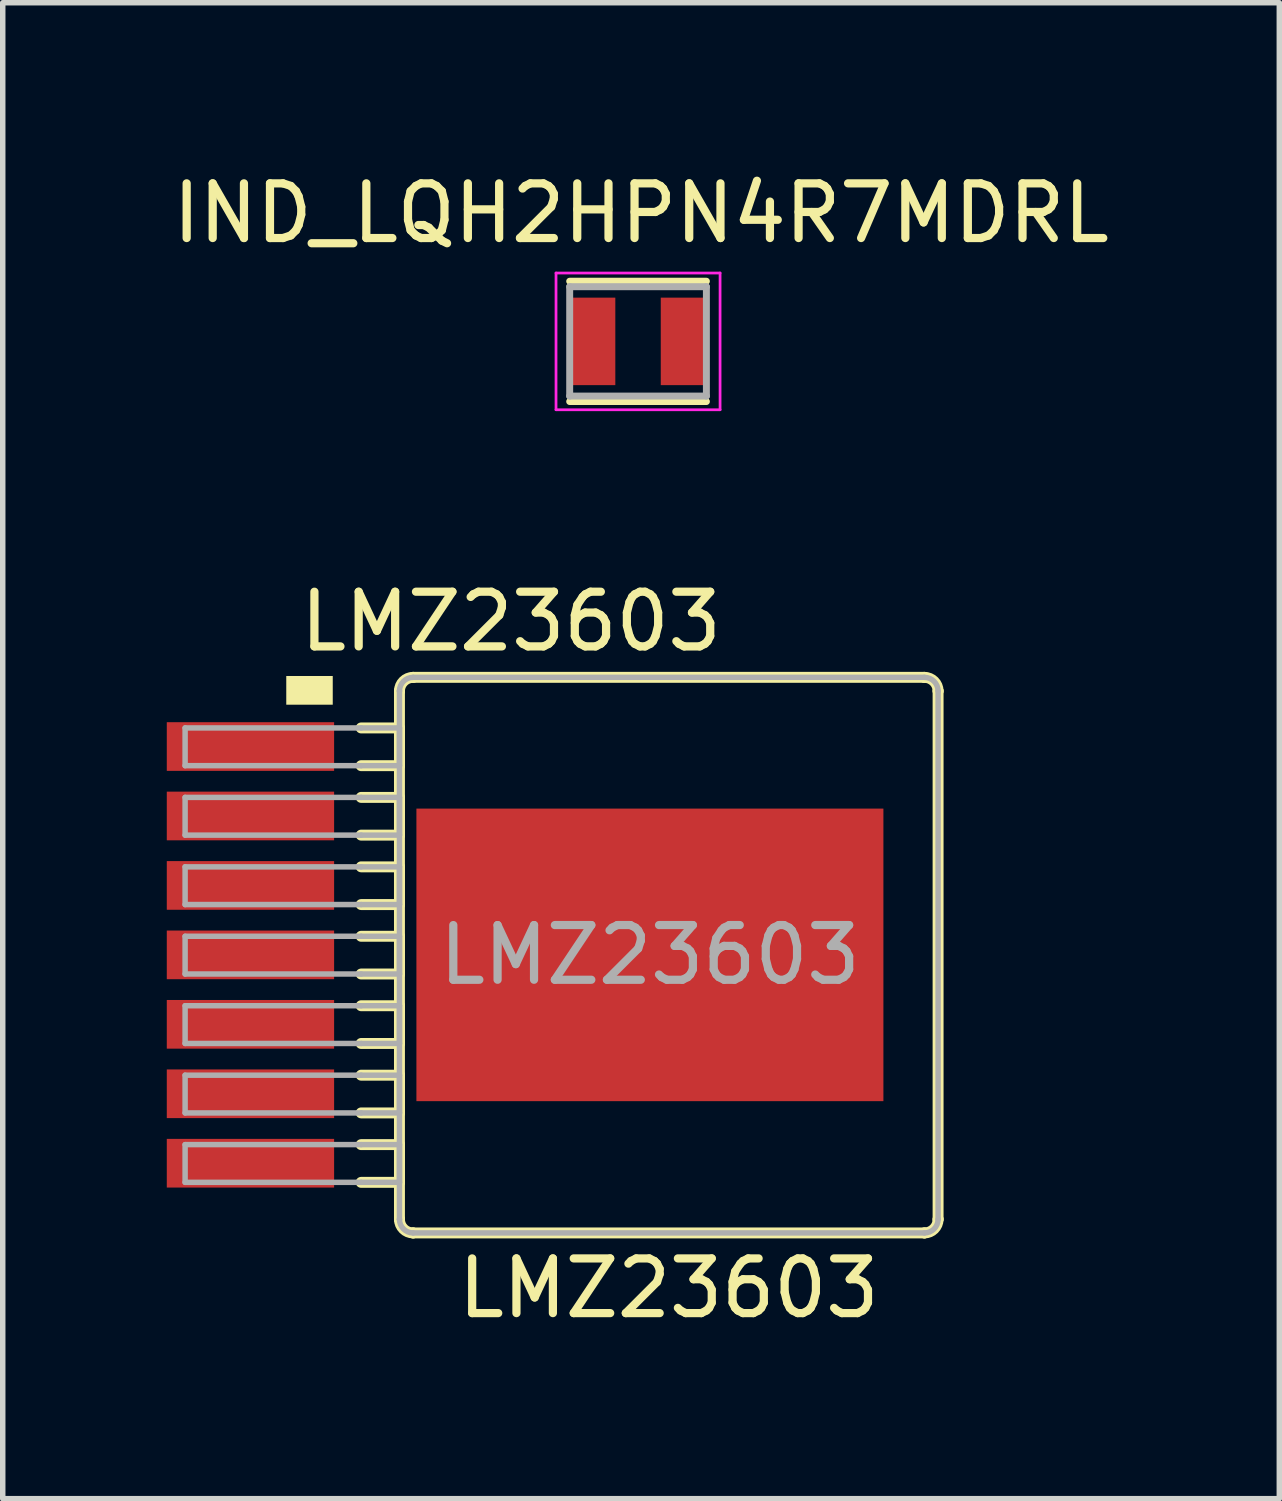
<source format=kicad_pcb>
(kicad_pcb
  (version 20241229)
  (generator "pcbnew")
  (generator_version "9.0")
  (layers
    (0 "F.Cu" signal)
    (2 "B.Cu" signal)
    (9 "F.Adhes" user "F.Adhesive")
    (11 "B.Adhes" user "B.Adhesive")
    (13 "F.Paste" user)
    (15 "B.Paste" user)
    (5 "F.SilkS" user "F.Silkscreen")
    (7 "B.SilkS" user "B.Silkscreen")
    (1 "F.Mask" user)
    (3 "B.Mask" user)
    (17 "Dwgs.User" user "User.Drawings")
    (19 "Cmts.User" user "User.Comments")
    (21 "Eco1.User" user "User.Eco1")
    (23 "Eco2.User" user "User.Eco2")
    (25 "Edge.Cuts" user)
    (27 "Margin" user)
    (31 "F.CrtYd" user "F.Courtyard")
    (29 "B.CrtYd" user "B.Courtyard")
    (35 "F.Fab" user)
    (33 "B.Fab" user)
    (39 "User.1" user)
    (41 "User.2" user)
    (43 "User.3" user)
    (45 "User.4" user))
  (footprint "LMZ23603"
    (layer "F.Cu")
    (at 8.835 14.412)
    (property "Reference" "LMZ23603" (at -2.54 -6.096 0) (unlocked yes) (layer "F.SilkS") (effects (font (size 1 1) (thickness 0.15))))
    (attr smd)
    (fp_line (start -5.28 -4.15) (end -4.58 -4.15) (stroke (width 0.2) (type solid)) (layer "F.SilkS"))
    (fp_line (start -5.28 -3.46) (end -4.58 -3.46) (stroke (width 0.2) (type solid)) (layer "F.SilkS"))
    (fp_line (start -5.28 -2.88) (end -4.58 -2.88) (stroke (width 0.2) (type solid)) (layer "F.SilkS"))
    (fp_line (start -5.28 -2.19) (end -4.58 -2.19) (stroke (width 0.2) (type solid)) (layer "F.SilkS"))
    (fp_line (start -5.28 -1.61) (end -4.58 -1.61) (stroke (width 0.2) (type solid)) (layer "F.SilkS"))
    (fp_line (start -5.28 -0.92) (end -4.58 -0.92) (stroke (width 0.2) (type solid)) (layer "F.SilkS"))
    (fp_line (start -5.28 -0.34) (end -4.58 -0.34) (stroke (width 0.2) (type solid)) (layer "F.SilkS"))
    (fp_line (start -5.28 0.35) (end -4.58 0.35) (stroke (width 0.2) (type solid)) (layer "F.SilkS"))
    (fp_line (start -5.28 0.93) (end -4.58 0.93) (stroke (width 0.2) (type solid)) (layer "F.SilkS"))
    (fp_line (start -5.28 1.62) (end -4.58 1.62) (stroke (width 0.2) (type solid)) (layer "F.SilkS"))
    (fp_line (start -5.28 2.2) (end -4.58 2.2) (stroke (width 0.2) (type solid)) (layer "F.SilkS"))
    (fp_line (start -5.28 2.89) (end -4.58 2.89) (stroke (width 0.2) (type solid)) (layer "F.SilkS"))
    (fp_line (start -5.28 3.47) (end -4.58 3.47) (stroke (width 0.2) (type solid)) (layer "F.SilkS"))
    (fp_line (start -5.28 4.16) (end -4.58 4.16) (stroke (width 0.2) (type solid)) (layer "F.SilkS"))
    (fp_line (start -4.58 -4.825) (end -4.58 -4.827) (stroke (width 0.2) (type solid)) (layer "F.SilkS"))
    (fp_line (start -4.58 -3.46) (end -4.58 -4.15) (stroke (width 0.2) (type solid)) (layer "F.SilkS"))
    (fp_line (start -4.58 -2.19) (end -4.58 -2.88) (stroke (width 0.2) (type solid)) (layer "F.SilkS"))
    (fp_line (start -4.58 -0.92) (end -4.58 -1.61) (stroke (width 0.2) (type solid)) (layer "F.SilkS"))
    (fp_line (start -4.58 0.35) (end -4.58 -0.34) (stroke (width 0.2) (type solid)) (layer "F.SilkS"))
    (fp_line (start -4.58 1.62) (end -4.58 0.93) (stroke (width 0.2) (type solid)) (layer "F.SilkS"))
    (fp_line (start -4.58 2.89) (end -4.58 2.2) (stroke (width 0.2) (type solid)) (layer "F.SilkS"))
    (fp_line (start -4.58 4.16) (end -4.58 3.47) (stroke (width 0.2) (type solid)) (layer "F.SilkS"))
    (fp_line (start -4.58 4.835) (end -4.58 -4.825) (stroke (width 0.2) (type solid)) (layer "F.SilkS"))
    (fp_line (start -4.58 4.835) (end -4.58 4.837) (stroke (width 0.2) (type solid)) (layer "F.SilkS"))
    (fp_line (start -4.332 -5.075) (end -4.33 -5.075) (stroke (width 0.2) (type solid)) (layer "F.SilkS"))
    (fp_line (start -4.332 5.085) (end -4.33 5.085) (stroke (width 0.2) (type solid)) (layer "F.SilkS"))
    (fp_line (start -4.33 -5.075) (end 5.02 -5.075) (stroke (width 0.2) (type solid)) (layer "F.SilkS"))
    (fp_line (start -4.33 5.085) (end 5.02 5.085) (stroke (width 0.2) (type solid)) (layer "F.SilkS"))
    (fp_line (start 5.02 -5.075) (end 5.022 -5.075) (stroke (width 0.2) (type solid)) (layer "F.SilkS"))
    (fp_line (start 5.02 5.085) (end 5.022 5.085) (stroke (width 0.2) (type solid)) (layer "F.SilkS"))
    (fp_line (start 5.27 -4.827) (end 5.27 -4.825) (stroke (width 0.2) (type solid)) (layer "F.SilkS"))
    (fp_line (start 5.27 4.837) (end 5.27 4.835) (stroke (width 0.2) (type solid)) (layer "F.SilkS"))
    (fp_line (start 5.27 4.835) (end 5.27 -4.825) (stroke (width 0.2) (type solid)) (layer "F.SilkS"))
    (fp_arc (start -4.579994 -4.826856) (mid -4.506778 -5.001776) (end -4.331858 -5.074992) (stroke (width 0.2) (type solid)) (layer "F.SilkS"))
    (fp_arc (start -4.331858 5.084992) (mid -4.506778 5.011776) (end -4.579994 4.836856) (stroke (width 0.2) (type solid)) (layer "F.SilkS"))
    (fp_arc (start 5.021857 -5.074992) (mid 5.196776 -5.001776) (end 5.269993 -4.826856) (stroke (width 0.2) (type solid)) (layer "F.SilkS"))
    (fp_arc (start 5.269993 4.836856) (mid 5.196776 5.011776) (end 5.021857 5.084992) (stroke (width 0.2) (type solid)) (layer "F.SilkS"))
    (fp_poly (pts (xy -6.65 -5.1) (xy -6.65 -4.575) (xy -5.8 -4.575) (xy -5.8 -5.1)) (stroke (width 0) (type solid)) (fill yes) (layer "F.SilkS"))
    (fp_line (start -8.5 -4.15) (end -5.28 -4.15) (stroke (width 0.1) (type solid)) (layer "F.Fab"))
    (fp_line (start -8.5 -3.46) (end -8.5 -4.15) (stroke (width 0.1) (type solid)) (layer "F.Fab"))
    (fp_line (start -8.5 -3.46) (end -5.28 -3.46) (stroke (width 0.1) (type solid)) (layer "F.Fab"))
    (fp_line (start -8.5 -2.88) (end -5.28 -2.88) (stroke (width 0.1) (type solid)) (layer "F.Fab"))
    (fp_line (start -8.5 -2.19) (end -8.5 -2.88) (stroke (width 0.1) (type solid)) (layer "F.Fab"))
    (fp_line (start -8.5 -2.19) (end -5.28 -2.19) (stroke (width 0.1) (type solid)) (layer "F.Fab"))
    (fp_line (start -8.5 -1.61) (end -5.28 -1.61) (stroke (width 0.1) (type solid)) (layer "F.Fab"))
    (fp_line (start -8.5 -0.92) (end -8.5 -1.61) (stroke (width 0.1) (type solid)) (layer "F.Fab"))
    (fp_line (start -8.5 -0.92) (end -5.28 -0.92) (stroke (width 0.1) (type solid)) (layer "F.Fab"))
    (fp_line (start -8.5 -0.34) (end -5.28 -0.34) (stroke (width 0.1) (type solid)) (layer "F.Fab"))
    (fp_line (start -8.5 0.35) (end -8.5 -0.34) (stroke (width 0.1) (type solid)) (layer "F.Fab"))
    (fp_line (start -8.5 0.35) (end -5.28 0.35) (stroke (width 0.1) (type solid)) (layer "F.Fab"))
    (fp_line (start -8.5 0.93) (end -5.28 0.93) (stroke (width 0.1) (type solid)) (layer "F.Fab"))
    (fp_line (start -8.5 1.62) (end -8.5 0.93) (stroke (width 0.1) (type solid)) (layer "F.Fab"))
    (fp_line (start -8.5 1.62) (end -5.28 1.62) (stroke (width 0.1) (type solid)) (layer "F.Fab"))
    (fp_line (start -8.5 2.2) (end -5.28 2.2) (stroke (width 0.1) (type solid)) (layer "F.Fab"))
    (fp_line (start -8.5 2.89) (end -8.5 2.2) (stroke (width 0.1) (type solid)) (layer "F.Fab"))
    (fp_line (start -8.5 2.89) (end -5.28 2.89) (stroke (width 0.1) (type solid)) (layer "F.Fab"))
    (fp_line (start -8.5 3.47) (end -5.28 3.47) (stroke (width 0.1) (type solid)) (layer "F.Fab"))
    (fp_line (start -8.5 4.16) (end -8.5 3.47) (stroke (width 0.1) (type solid)) (layer "F.Fab"))
    (fp_line (start -8.5 4.16) (end -5.28 4.16) (stroke (width 0.1) (type solid)) (layer "F.Fab"))
    (fp_line (start -5.28 -4.15) (end -4.58 -4.15) (stroke (width 0.1) (type solid)) (layer "F.Fab"))
    (fp_line (start -5.28 -3.46) (end -4.58 -3.46) (stroke (width 0.1) (type solid)) (layer "F.Fab"))
    (fp_line (start -5.28 -2.88) (end -4.58 -2.88) (stroke (width 0.1) (type solid)) (layer "F.Fab"))
    (fp_line (start -5.28 -2.19) (end -4.58 -2.19) (stroke (width 0.1) (type solid)) (layer "F.Fab"))
    (fp_line (start -5.28 -1.61) (end -4.58 -1.61) (stroke (width 0.1) (type solid)) (layer "F.Fab"))
    (fp_line (start -5.28 -0.92) (end -4.58 -0.92) (stroke (width 0.1) (type solid)) (layer "F.Fab"))
    (fp_line (start -5.28 -0.34) (end -4.58 -0.34) (stroke (width 0.1) (type solid)) (layer "F.Fab"))
    (fp_line (start -5.28 0.35) (end -4.58 0.35) (stroke (width 0.1) (type solid)) (layer "F.Fab"))
    (fp_line (start -5.28 0.93) (end -4.58 0.93) (stroke (width 0.1) (type solid)) (layer "F.Fab"))
    (fp_line (start -5.28 1.62) (end -4.58 1.62) (stroke (width 0.1) (type solid)) (layer "F.Fab"))
    (fp_line (start -5.28 2.2) (end -4.58 2.2) (stroke (width 0.1) (type solid)) (layer "F.Fab"))
    (fp_line (start -5.28 2.89) (end -4.58 2.89) (stroke (width 0.1) (type solid)) (layer "F.Fab"))
    (fp_line (start -5.28 3.47) (end -4.58 3.47) (stroke (width 0.1) (type solid)) (layer "F.Fab"))
    (fp_line (start -5.28 4.16) (end -4.58 4.16) (stroke (width 0.1) (type solid)) (layer "F.Fab"))
    (fp_line (start -4.58 -4.825) (end -4.58 -4.827) (stroke (width 0.1) (type solid)) (layer "F.Fab"))
    (fp_line (start -4.58 -3.46) (end -4.58 -4.15) (stroke (width 0.1) (type solid)) (layer "F.Fab"))
    (fp_line (start -4.58 -2.19) (end -4.58 -2.88) (stroke (width 0.1) (type solid)) (layer "F.Fab"))
    (fp_line (start -4.58 -0.92) (end -4.58 -1.61) (stroke (width 0.1) (type solid)) (layer "F.Fab"))
    (fp_line (start -4.58 0.35) (end -4.58 -0.34) (stroke (width 0.1) (type solid)) (layer "F.Fab"))
    (fp_line (start -4.58 1.62) (end -4.58 0.93) (stroke (width 0.1) (type solid)) (layer "F.Fab"))
    (fp_line (start -4.58 2.89) (end -4.58 2.2) (stroke (width 0.1) (type solid)) (layer "F.Fab"))
    (fp_line (start -4.58 4.16) (end -4.58 3.47) (stroke (width 0.1) (type solid)) (layer "F.Fab"))
    (fp_line (start -4.58 4.835) (end -4.58 -4.825) (stroke (width 0.1) (type solid)) (layer "F.Fab"))
    (fp_line (start -4.58 4.835) (end -4.58 4.837) (stroke (width 0.1) (type solid)) (layer "F.Fab"))
    (fp_line (start -4.33 -5.075) (end 5.02 -5.075) (stroke (width 0.1) (type solid)) (layer "F.Fab"))
    (fp_line (start -4.33 5.085) (end 5.02 5.085) (stroke (width 0.1) (type solid)) (layer "F.Fab"))
    (fp_line (start 5.27 4.835) (end 5.27 -4.825) (stroke (width 0.1) (type solid)) (layer "F.Fab"))
    (fp_arc (start -4.579994 -4.826856) (mid -4.506778 -5.001776) (end -4.331858 -5.074992) (stroke (width 0.1) (type solid)) (layer "F.Fab"))
    (fp_arc (start -4.331858 5.084992) (mid -4.506778 5.011776) (end -4.579994 4.836856) (stroke (width 0.1) (type solid)) (layer "F.Fab"))
    (fp_arc (start 5.021857 -5.074992) (mid 5.196776 -5.001776) (end 5.269993 -4.826856) (stroke (width 0.1) (type solid)) (layer "F.Fab"))
    (fp_arc (start 5.269993 4.836856) (mid 5.196776 5.011776) (end 5.021857 5.084992) (stroke (width 0.1) (type solid)) (layer "F.Fab"))
    (fp_text user "LMZ23603" (at 0.345 6.096 0) (unlocked yes) (layer "F.SilkS") (effects (font (size 1 1) (thickness 0.15))))
    (fp_text user "${REFERENCE}" (at 0 0 0) (unlocked yes) (layer "F.Fab") (effects (font (size 1 1) (thickness 0.15))))
    (pad "1" smd rect (at -7.305 -3.81 90) (size 0.89 3.06) (layers "F.Cu" "F.Mask" "F.Paste"))
    (pad "2" smd rect (at -7.305 -2.54 90) (size 0.89 3.06) (layers "F.Cu" "F.Mask" "F.Paste"))
    (pad "3" smd rect (at -7.305 -1.27 90) (size 0.89 3.06) (layers "F.Cu" "F.Mask" "F.Paste"))
    (pad "4" smd rect (at -7.305 0 90) (size 0.89 3.06) (layers "F.Cu" "F.Mask" "F.Paste"))
    (pad "5" smd rect (at -7.305 1.27 90) (size 0.89 3.06) (layers "F.Cu" "F.Mask" "F.Paste"))
    (pad "6" smd rect (at -7.305 2.54 90) (size 0.89 3.06) (layers "F.Cu" "F.Mask" "F.Paste"))
    (pad "7" smd rect (at -7.305 3.81 90) (size 0.89 3.06) (layers "F.Cu" "F.Mask" "F.Paste"))
    (pad "8" smd rect (at 0 0 90) (size 5.35 8.54) (layers "F.Cu" "F.Mask" "F.Paste")))
  (footprint "IND_LQH2HPN4R7MDRL"
    (layer "F.Cu")
    (at 8.618 3.193)
    (property "Reference" "IND_LQH2HPN4R7MDRL" (at 0.055 -2.345 0) (layer "F.SilkS") (effects (font (size 1 1) (thickness 0.15))))
    (attr smd)
    (fp_line (start -1.25 -1.1) (end 1.25 -1.1) (stroke (width 0.127) (type solid)) (layer "F.SilkS"))
    (fp_line (start 1.25 1.1) (end -1.25 1.1) (stroke (width 0.127) (type solid)) (layer "F.SilkS"))
    (fp_line (start -1.5 -1.25) (end 1.5 -1.25) (stroke (width 0.05) (type solid)) (layer "F.CrtYd"))
    (fp_line (start -1.5 1.25) (end -1.5 -1.25) (stroke (width 0.05) (type solid)) (layer "F.CrtYd"))
    (fp_line (start 1.5 -1.25) (end 1.5 1.25) (stroke (width 0.05) (type solid)) (layer "F.CrtYd"))
    (fp_line (start 1.5 1.25) (end -1.5 1.25) (stroke (width 0.05) (type solid)) (layer "F.CrtYd"))
    (fp_line (start -1.25 -1) (end 1.25 -1) (stroke (width 0.127) (type solid)) (layer "F.Fab"))
    (fp_line (start -1.25 1) (end -1.25 -1) (stroke (width 0.127) (type solid)) (layer "F.Fab"))
    (fp_line (start 1.25 -1) (end 1.25 1) (stroke (width 0.127) (type solid)) (layer "F.Fab"))
    (fp_line (start 1.25 1) (end -1.25 1) (stroke (width 0.127) (type solid)) (layer "F.Fab"))
    (pad "1" smd rect (at -0.833 0) (size 0.835 1.6) (layers "F.Cu" "F.Mask" "F.Paste"))
    (pad "2" smd rect (at 0.833 0) (size 0.835 1.6) (layers "F.Cu" "F.Mask" "F.Paste")))
  (gr_rect
    (start -3 -3)
    (end 20.345 24.357)
    (stroke (width 0.1) (type default))
    (fill no)
    (layer "Edge.Cuts")))
</source>
